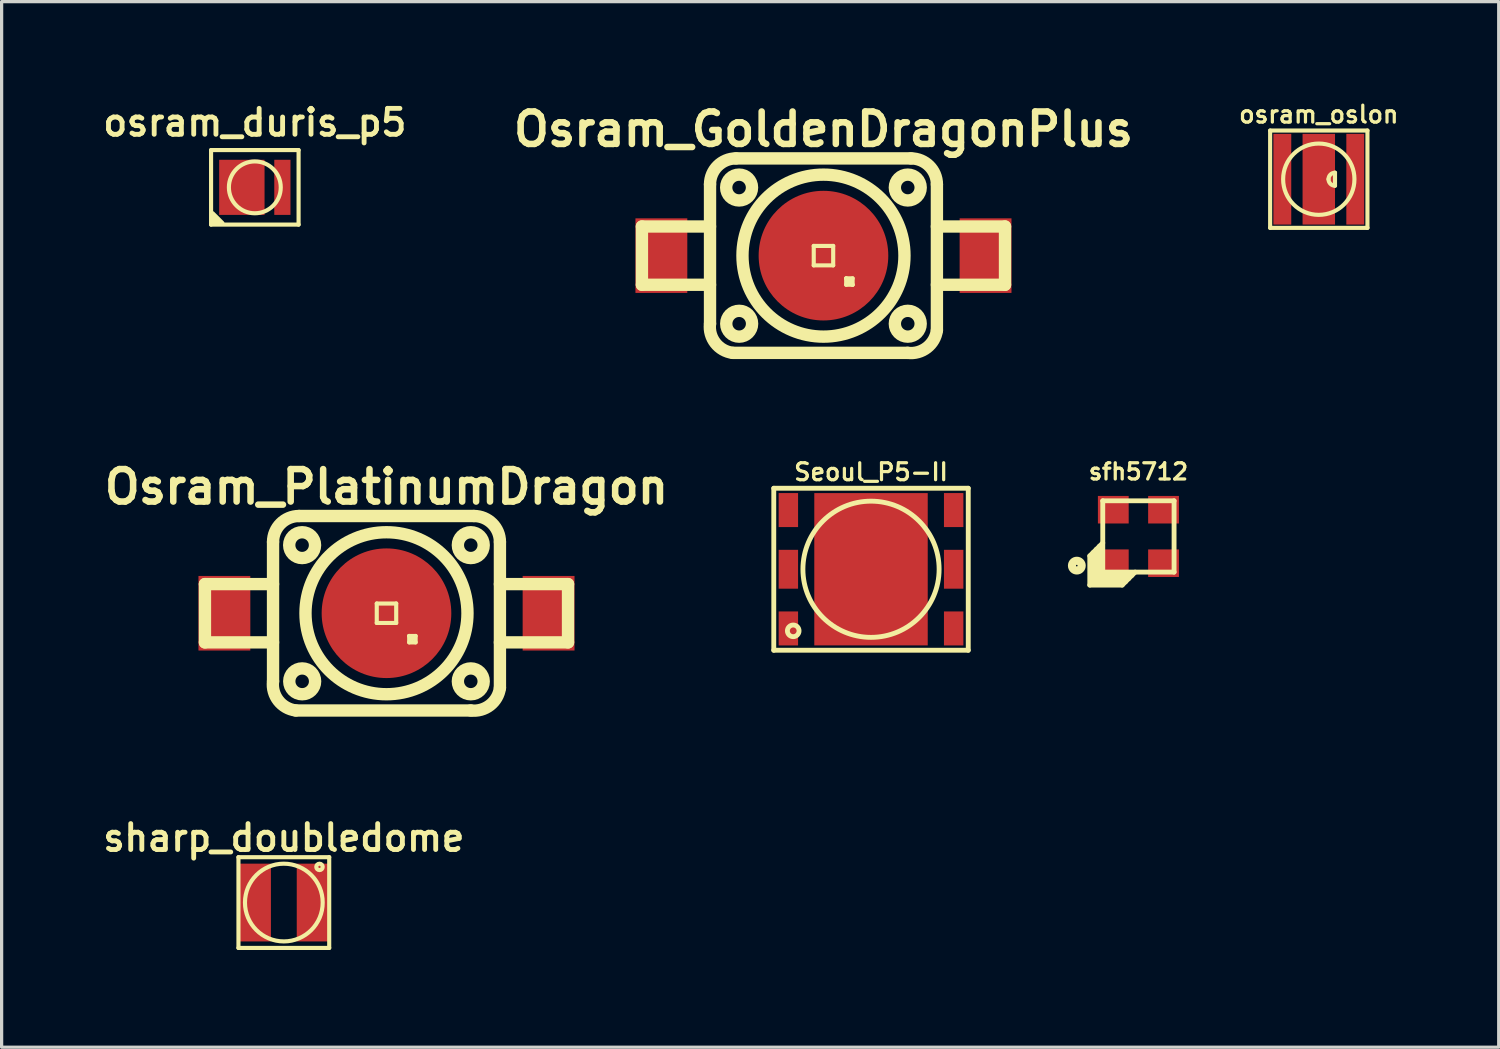
<source format=kicad_pcb>
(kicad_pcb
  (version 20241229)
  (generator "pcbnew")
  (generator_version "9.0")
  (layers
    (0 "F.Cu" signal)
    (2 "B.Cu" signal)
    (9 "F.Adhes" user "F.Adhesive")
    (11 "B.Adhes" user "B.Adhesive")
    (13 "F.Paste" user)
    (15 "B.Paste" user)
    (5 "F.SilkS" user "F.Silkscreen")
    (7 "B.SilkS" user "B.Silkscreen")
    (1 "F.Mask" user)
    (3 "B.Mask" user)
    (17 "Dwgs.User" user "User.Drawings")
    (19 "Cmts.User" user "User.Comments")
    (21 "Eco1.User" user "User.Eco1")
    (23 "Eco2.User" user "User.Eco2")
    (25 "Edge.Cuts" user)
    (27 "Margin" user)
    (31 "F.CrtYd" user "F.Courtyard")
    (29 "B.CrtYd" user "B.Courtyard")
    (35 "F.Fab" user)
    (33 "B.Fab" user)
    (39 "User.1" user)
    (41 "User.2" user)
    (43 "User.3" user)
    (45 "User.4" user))
  (footprint "sharp_doubledome"
    (layer "F.Cu")
    (at 5.707 24.796)
    (property "Reference" "sharp_doubledome" (at 0 -1.999 0) (layer "F.SilkS") (effects (font (size 0.8 0.8) (thickness 0.15))))
    (attr smd)
    (fp_line (start -1.4 -1.4) (end -1.4 1.4) (stroke (width 0.127) (type solid)) (layer "F.SilkS"))
    (fp_line (start -1.4 1.4) (end 1.4 1.4) (stroke (width 0.127) (type solid)) (layer "F.SilkS"))
    (fp_line (start 1.4 -1.4) (end -1.4 -1.4) (stroke (width 0.127) (type solid)) (layer "F.SilkS"))
    (fp_line (start 1.4 1.4) (end 1.4 -1.4) (stroke (width 0.127) (type solid)) (layer "F.SilkS"))
    (fp_circle (center 0 0) (end -1.199 0) (stroke (width 0.127) (type solid)) (fill no) (layer "F.SilkS"))
    (fp_circle (center 1.1 -1.1) (end 1.001 -1.1) (stroke (width 0.127) (type solid)) (fill no) (layer "F.SilkS"))
    (pad "1" smd rect (at -0.899 0) (size 1.001 2.4) (layers "F.Cu" "F.Mask" "F.Paste"))
    (pad "2" smd rect (at 0.899 0) (size 1.001 2.4) (layers "F.Cu" "F.Mask" "F.Paste")))
  (footprint "osram_duris_p5"
    (layer "F.Cu")
    (at 4.812 2.73)
    (property "Reference" "osram_duris_p5" (at 0 -1.999 0) (layer "F.SilkS") (effects (font (size 0.8 0.8) (thickness 0.15))))
    (attr smd)
    (fp_line (start -1.35 -1.15) (end -1.35 1.15) (stroke (width 0.127) (type solid)) (layer "F.SilkS"))
    (fp_line (start -1.35 1.15) (end 1.35 1.15) (stroke (width 0.127) (type solid)) (layer "F.SilkS"))
    (fp_line (start -1.3 0.8) (end -1 1.1) (stroke (width 0.127) (type solid)) (layer "F.SilkS"))
    (fp_line (start -1.3 0.9) (end -1.1 1.1) (stroke (width 0.127) (type solid)) (layer "F.SilkS"))
    (fp_line (start -1.2 1.1) (end -1.3 1) (stroke (width 0.127) (type solid)) (layer "F.SilkS"))
    (fp_line (start 1.35 -1.15) (end -1.35 -1.15) (stroke (width 0.127) (type solid)) (layer "F.SilkS"))
    (fp_line (start 1.35 1.15) (end 1.35 -1.15) (stroke (width 0.127) (type solid)) (layer "F.SilkS"))
    (fp_circle (center 0 0) (end 0.8 0) (stroke (width 0.127) (type solid)) (fill no) (layer "F.SilkS"))
    (pad "" smd rect (at -0.8 0) (size 0.45 1.5) (layers "F.Paste"))
    (pad "" smd rect (at -0.1 0) (size 0.6 1.5) (layers "F.Paste"))
    (pad "1" smd rect (at -0.4 0) (size 1.4 1.7) (layers "F.Cu" "F.Mask"))
    (pad "2" smd rect (at 0.85 0) (size 0.5 1.7) (layers "F.Cu" "F.Mask" "F.Paste")))
  (footprint "Osram_GoldenDragonPlus"
    (layer "F.Cu")
    (at 22.356 4.837)
    (property "Reference" "Osram_GoldenDragonPlus" (at 0 -3.899 0) (layer "F.SilkS") (effects (font (size 1.001 1.001) (thickness 0.201))))
    (attr smd)
    (fp_line (start -5.601 -0.899) (end -5.601 0.899) (stroke (width 0.381) (type solid)) (layer "F.SilkS"))
    (fp_line (start -5.601 0.899) (end -3.5 0.899) (stroke (width 0.381) (type solid)) (layer "F.SilkS"))
    (fp_line (start -3.5 -0.899) (end -5.601 -0.899) (stroke (width 0.381) (type solid)) (layer "F.SilkS"))
    (fp_line (start -3.5 2.101) (end -3.5 -2.2) (stroke (width 0.381) (type solid)) (layer "F.SilkS"))
    (fp_line (start -2.7 -3) (end 2.7 -3) (stroke (width 0.381) (type solid)) (layer "F.SilkS"))
    (fp_line (start -0.3 -0.3) (end 0.3 -0.3) (stroke (width 0.127) (type solid)) (layer "F.SilkS"))
    (fp_line (start -0.3 0.3) (end -0.3 -0.3) (stroke (width 0.127) (type solid)) (layer "F.SilkS"))
    (fp_line (start 0.3 -0.3) (end 0.3 0.3) (stroke (width 0.127) (type solid)) (layer "F.SilkS"))
    (fp_line (start 0.3 0.3) (end -0.3 0.3) (stroke (width 0.127) (type solid)) (layer "F.SilkS"))
    (fp_line (start 0.701 0.701) (end 0.899 0.701) (stroke (width 0.127) (type solid)) (layer "F.SilkS"))
    (fp_line (start 0.701 0.701) (end 0.899 0.899) (stroke (width 0.127) (type solid)) (layer "F.SilkS"))
    (fp_line (start 0.701 0.899) (end 0.701 0.701) (stroke (width 0.127) (type solid)) (layer "F.SilkS"))
    (fp_line (start 0.899 0.701) (end 0.899 0.899) (stroke (width 0.127) (type solid)) (layer "F.SilkS"))
    (fp_line (start 0.899 0.899) (end 0.701 0.899) (stroke (width 0.127) (type solid)) (layer "F.SilkS"))
    (fp_line (start 2.601 3) (end -2.799 3) (stroke (width 0.381) (type solid)) (layer "F.SilkS"))
    (fp_line (start 3.5 -2.2) (end 3.5 2.301) (stroke (width 0.381) (type solid)) (layer "F.SilkS"))
    (fp_line (start 5.601 -0.899) (end 3.5 -0.899) (stroke (width 0.381) (type solid)) (layer "F.SilkS"))
    (fp_line (start 5.601 -0.899) (end 5.601 0.899) (stroke (width 0.381) (type solid)) (layer "F.SilkS"))
    (fp_line (start 5.601 0.899) (end 3.5 0.899) (stroke (width 0.381) (type solid)) (layer "F.SilkS"))
    (fp_arc (start -3.50012 -2.19964) (mid -3.265776 -2.765396) (end -2.70002 -2.99974) (stroke (width 0.381) (type solid)) (layer "F.SilkS"))
    (fp_arc (start -2.79908 2.99974) (mid -3.335822 2.69535) (end -3.50012 2.10058) (stroke (width 0.381) (type solid)) (layer "F.SilkS"))
    (fp_arc (start 2.70002 -2.99974) (mid 3.265776 -2.765396) (end 3.50012 -2.19964) (stroke (width 0.381) (type solid)) (layer "F.SilkS"))
    (fp_arc (start 3.50012 2.30124) (mid 3.193934 2.837238) (end 2.59842 2.99974) (stroke (width 0.381) (type solid)) (layer "F.SilkS"))
    (fp_circle (center -2.603 -2.101) (end -3.002 -2.101) (stroke (width 0.381) (type solid)) (fill no) (layer "F.SilkS"))
    (fp_circle (center -2.601 2.101) (end -3 2.101) (stroke (width 0.381) (type solid)) (fill no) (layer "F.SilkS"))
    (fp_circle (center 0 0) (end -2.499 0) (stroke (width 0.381) (type solid)) (fill no) (layer "F.SilkS"))
    (fp_circle (center 2.601 -2.101) (end 3 -2.101) (stroke (width 0.381) (type solid)) (fill no) (layer "F.SilkS"))
    (fp_circle (center 2.601 2.101) (end 3 2.101) (stroke (width 0.381) (type solid)) (fill no) (layer "F.SilkS"))
    (pad "1" smd rect (at -5.001 0) (size 1.6 2.301) (layers "F.Cu" "F.Mask" "F.Paste"))
    (pad "2" smd rect (at 5.001 0) (size 1.6 2.301) (layers "F.Cu" "F.Mask" "F.Paste"))
    (pad "3" smd circle (at 0 0) (size 4 4) (layers "F.Cu" "F.Mask" "F.Paste")))
  (footprint "Osram_PlatinumDragon"
    (layer "F.Cu")
    (at 8.874 15.87)
    (property "Reference" "Osram_PlatinumDragon" (at 0 -3.899 0) (layer "F.SilkS") (effects (font (size 1.001 1.001) (thickness 0.201))))
    (attr smd)
    (fp_line (start -5.601 -0.899) (end -5.601 0.899) (stroke (width 0.381) (type solid)) (layer "F.SilkS"))
    (fp_line (start -5.601 0.899) (end -3.5 0.899) (stroke (width 0.381) (type solid)) (layer "F.SilkS"))
    (fp_line (start -3.5 -0.899) (end -5.601 -0.899) (stroke (width 0.381) (type solid)) (layer "F.SilkS"))
    (fp_line (start -3.5 2.101) (end -3.5 -2.2) (stroke (width 0.381) (type solid)) (layer "F.SilkS"))
    (fp_line (start -2.7 -3) (end 2.7 -3) (stroke (width 0.381) (type solid)) (layer "F.SilkS"))
    (fp_line (start -0.3 -0.3) (end 0.3 -0.3) (stroke (width 0.127) (type solid)) (layer "F.SilkS"))
    (fp_line (start -0.3 0.3) (end -0.3 -0.3) (stroke (width 0.127) (type solid)) (layer "F.SilkS"))
    (fp_line (start 0.3 -0.3) (end 0.3 0.3) (stroke (width 0.127) (type solid)) (layer "F.SilkS"))
    (fp_line (start 0.3 0.3) (end -0.3 0.3) (stroke (width 0.127) (type solid)) (layer "F.SilkS"))
    (fp_line (start 0.701 0.701) (end 0.8 0.8) (stroke (width 0.127) (type solid)) (layer "F.SilkS"))
    (fp_line (start 0.701 0.701) (end 0.899 0.701) (stroke (width 0.127) (type solid)) (layer "F.SilkS"))
    (fp_line (start 0.701 0.899) (end 0.701 0.701) (stroke (width 0.127) (type solid)) (layer "F.SilkS"))
    (fp_line (start 0.899 0.701) (end 0.899 0.899) (stroke (width 0.127) (type solid)) (layer "F.SilkS"))
    (fp_line (start 0.899 0.899) (end 0.701 0.899) (stroke (width 0.127) (type solid)) (layer "F.SilkS"))
    (fp_line (start 2.601 3) (end -2.799 3) (stroke (width 0.381) (type solid)) (layer "F.SilkS"))
    (fp_line (start 3.5 -2.2) (end 3.5 2.301) (stroke (width 0.381) (type solid)) (layer "F.SilkS"))
    (fp_line (start 5.601 -0.899) (end 3.5 -0.899) (stroke (width 0.381) (type solid)) (layer "F.SilkS"))
    (fp_line (start 5.601 -0.899) (end 5.601 0.899) (stroke (width 0.381) (type solid)) (layer "F.SilkS"))
    (fp_line (start 5.601 0.899) (end 3.5 0.899) (stroke (width 0.381) (type solid)) (layer "F.SilkS"))
    (fp_arc (start -3.50012 -2.19964) (mid -3.265776 -2.765396) (end -2.70002 -2.99974) (stroke (width 0.381) (type solid)) (layer "F.SilkS"))
    (fp_arc (start -2.79908 2.99974) (mid -3.335822 2.69535) (end -3.50012 2.10058) (stroke (width 0.381) (type solid)) (layer "F.SilkS"))
    (fp_arc (start 2.70002 -2.99974) (mid 3.265776 -2.765396) (end 3.50012 -2.19964) (stroke (width 0.381) (type solid)) (layer "F.SilkS"))
    (fp_arc (start 3.50012 2.30124) (mid 3.193934 2.837238) (end 2.59842 2.99974) (stroke (width 0.381) (type solid)) (layer "F.SilkS"))
    (fp_circle (center -2.603 -2.101) (end -3.002 -2.101) (stroke (width 0.381) (type solid)) (fill no) (layer "F.SilkS"))
    (fp_circle (center -2.601 2.101) (end -3 2.101) (stroke (width 0.381) (type solid)) (fill no) (layer "F.SilkS"))
    (fp_circle (center 0 0) (end -2.499 0) (stroke (width 0.381) (type solid)) (fill no) (layer "F.SilkS"))
    (fp_circle (center 2.601 -2.101) (end 3 -2.101) (stroke (width 0.381) (type solid)) (fill no) (layer "F.SilkS"))
    (fp_circle (center 2.601 2.101) (end 3 2.101) (stroke (width 0.381) (type solid)) (fill no) (layer "F.SilkS"))
    (pad "1" smd rect (at -5.001 0) (size 1.6 2.301) (layers "F.Cu" "F.Mask" "F.Paste"))
    (pad "2" smd rect (at 5.001 0) (size 1.6 2.301) (layers "F.Cu" "F.Mask" "F.Paste"))
    (pad "3" smd circle (at 0 0) (size 4 4) (layers "F.Cu" "F.Mask" "F.Paste")))
  (footprint "Seoul_P5-II"
    (layer "F.Cu")
    (at 23.823 14.513)
    (property "Reference" "Seoul_P5-II" (at 0 -3 0) (layer "F.SilkS") (effects (font (size 0.523 0.523) (thickness 0.099))))
    (attr smd)
    (fp_line (start -3 -2.499) (end -3 2.499) (stroke (width 0.15) (type solid)) (layer "F.SilkS"))
    (fp_line (start -3 -2.499) (end 3 -2.499) (stroke (width 0.15) (type solid)) (layer "F.SilkS"))
    (fp_line (start 3 -2.499) (end 3 2.499) (stroke (width 0.15) (type solid)) (layer "F.SilkS"))
    (fp_line (start 3 2.499) (end -3 2.499) (stroke (width 0.15) (type solid)) (layer "F.SilkS"))
    (fp_circle (center -2.4 1.9) (end -2.55 1.999) (stroke (width 0.15) (type solid)) (fill no) (layer "F.SilkS"))
    (fp_circle (center 0 0) (end 0 -2.101) (stroke (width 0.15) (type solid)) (fill no) (layer "F.SilkS"))
    (pad "1" smd rect (at 2.55 -1.826) (size 0.599 1.049) (layers "F.Cu" "F.Mask" "F.Paste"))
    (pad "2" smd rect (at 2.55 0) (size 0.599 1.199) (layers "F.Cu" "F.Mask" "F.Paste"))
    (pad "3" smd rect (at 2.55 1.826) (size 0.599 1.049) (layers "F.Cu" "F.Mask" "F.Paste"))
    (pad "4" smd rect (at -2.55 1.826) (size 0.599 1.049) (layers "F.Cu" "F.Mask" "F.Paste"))
    (pad "5" smd rect (at -2.55 0) (size 0.599 1.199) (layers "F.Cu" "F.Mask" "F.Paste"))
    (pad "6" smd rect (at -2.55 -1.826) (size 0.599 1.049) (layers "F.Cu" "F.Mask" "F.Paste"))
    (pad "7" smd rect (at 0 0) (size 3.5 4.699) (layers "F.Cu" "F.Mask" "F.Paste")))
  (footprint "osram_oslon"
    (layer "F.Cu")
    (at 37.638 2.479)
    (property "Reference" "osram_oslon" (at 0 -1.999 0) (layer "F.SilkS") (effects (font (size 0.523 0.523) (thickness 0.099))))
    (attr smd)
    (fp_line (start -1.501 -1.501) (end -1.501 1.501) (stroke (width 0.127) (type solid)) (layer "F.SilkS"))
    (fp_line (start -1.501 1.501) (end 1.501 1.501) (stroke (width 0.127) (type solid)) (layer "F.SilkS"))
    (fp_line (start 0.5 -0.201) (end 0.5 0.201) (stroke (width 0.127) (type solid)) (layer "F.SilkS"))
    (fp_line (start 1.501 -1.501) (end -1.501 -1.501) (stroke (width 0.127) (type solid)) (layer "F.SilkS"))
    (fp_line (start 1.501 1.501) (end 1.501 -1.501) (stroke (width 0.127) (type solid)) (layer "F.SilkS"))
    (fp_arc (start 0.29972 0) (mid 0.358492 -0.141888) (end 0.50038 -0.20066) (stroke (width 0.127) (type solid)) (layer "F.SilkS"))
    (fp_arc (start 0.50038 0.20066) (mid 0.358492 0.141888) (end 0.29972 0) (stroke (width 0.127) (type solid)) (layer "F.SilkS"))
    (fp_circle (center 0 0) (end -1.1 0) (stroke (width 0.127) (type solid)) (fill no) (layer "F.SilkS"))
    (pad "1" smd rect (at -1.125 0) (size 0.551 2.799) (layers "F.Cu" "F.Mask" "F.Paste"))
    (pad "2" smd rect (at 1.125 0) (size 0.551 2.799) (layers "F.Cu" "F.Mask" "F.Paste"))
    (pad "3" smd rect (at 0 0) (size 1.001 2.799) (layers "F.Cu" "F.Mask" "F.Paste")))
  (footprint "sfh5712"
    (layer "F.Cu")
    (at 32.073 13.501)
    (property "Reference" "sfh5712" (at 0 -2 0) (layer "F.SilkS") (effects (font (size 0.5 0.5) (thickness 0.1))))
    (attr smd)
    (fp_line (start -1.5 0.6) (end -1.5 1.5) (stroke (width 0.15) (type solid)) (layer "F.SilkS"))
    (fp_line (start -1.5 0.6) (end -1.1 0.2) (stroke (width 0.15) (type solid)) (layer "F.SilkS"))
    (fp_line (start -1.4 0.5) (end -1.4 1.4) (stroke (width 0.15) (type solid)) (layer "F.SilkS"))
    (fp_line (start -1.4 1.4) (end -0.4 1.4) (stroke (width 0.15) (type solid)) (layer "F.SilkS"))
    (fp_line (start -1.3 0.4) (end -1.3 1.3) (stroke (width 0.15) (type solid)) (layer "F.SilkS"))
    (fp_line (start -1.3 1.3) (end -0.3 1.3) (stroke (width 0.15) (type solid)) (layer "F.SilkS"))
    (fp_line (start -1.2 0.3) (end -1.2 1.2) (stroke (width 0.15) (type solid)) (layer "F.SilkS"))
    (fp_line (start -1.2 1.2) (end -0.2 1.2) (stroke (width 0.15) (type solid)) (layer "F.SilkS"))
    (fp_line (start -1.1 -1.1) (end 1.1 -1.1) (stroke (width 0.15) (type solid)) (layer "F.SilkS"))
    (fp_line (start -1.1 1.1) (end -1.1 -1.1) (stroke (width 0.15) (type solid)) (layer "F.SilkS"))
    (fp_line (start -1.1 1.1) (end 1.1 1.1) (stroke (width 0.15) (type solid)) (layer "F.SilkS"))
    (fp_line (start -0.5 1.5) (end -1.5 1.5) (stroke (width 0.15) (type solid)) (layer "F.SilkS"))
    (fp_line (start -0.5 1.5) (end -0.1 1.1) (stroke (width 0.15) (type solid)) (layer "F.SilkS"))
    (fp_line (start 1.1 -1.1) (end 1.1 1.1) (stroke (width 0.15) (type solid)) (layer "F.SilkS"))
    (fp_circle (center -1.902 0.9) (end -1.902 1) (stroke (width 0.15) (type solid)) (fill no) (layer "F.SilkS"))
    (fp_circle (center -1.9 0.9) (end -2.1 0.9) (stroke (width 0.15) (type solid)) (fill no) (layer "F.SilkS"))
    (pad "1" smd rect (at -0.775 0.825) (size 0.95 0.85) (layers "F.Cu" "F.Mask" "F.Paste"))
    (pad "2" smd rect (at 0.775 0.825) (size 0.95 0.85) (layers "F.Cu" "F.Mask" "F.Paste"))
    (pad "3" smd rect (at 0.775 -0.825) (size 0.95 0.85) (layers "F.Cu" "F.Mask" "F.Paste"))
    (pad "4" smd rect (at -0.775 -0.825) (size 0.95 0.85) (layers "F.Cu" "F.Mask" "F.Paste")))
  (gr_rect
    (start -3 -3)
    (end 43.189 29.259)
    (stroke (width 0.1) (type default))
    (fill no)
    (layer "Edge.Cuts")))
</source>
